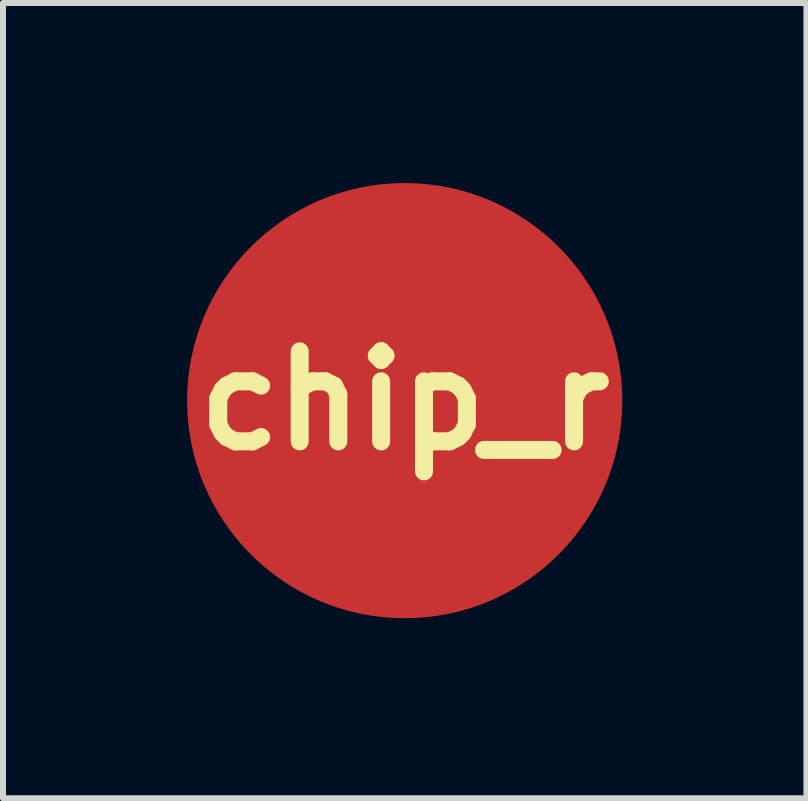
<source format=kicad_pcb>
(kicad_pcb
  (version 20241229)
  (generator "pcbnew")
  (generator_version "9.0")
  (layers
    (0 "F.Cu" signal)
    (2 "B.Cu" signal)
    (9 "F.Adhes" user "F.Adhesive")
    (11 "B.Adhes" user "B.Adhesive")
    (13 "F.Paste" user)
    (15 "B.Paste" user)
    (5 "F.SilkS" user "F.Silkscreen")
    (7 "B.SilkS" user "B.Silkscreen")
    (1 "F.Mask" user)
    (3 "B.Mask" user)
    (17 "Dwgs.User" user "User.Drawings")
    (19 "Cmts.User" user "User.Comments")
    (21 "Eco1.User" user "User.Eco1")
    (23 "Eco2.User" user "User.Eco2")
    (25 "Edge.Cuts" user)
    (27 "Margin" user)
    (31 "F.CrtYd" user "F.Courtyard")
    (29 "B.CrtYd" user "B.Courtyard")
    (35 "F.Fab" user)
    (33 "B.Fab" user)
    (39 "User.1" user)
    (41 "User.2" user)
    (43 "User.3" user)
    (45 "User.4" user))
  (footprint "chip_r"
    (layer "F.Cu")
    (at 3.693 3.625)
    (property "Reference" "chip_r" (at 0 0 0) (layer "F.SilkS") (effects (font (size 1.5 1.5) (thickness 0.3))))
    (attr board_only exclude_from_pos_files exclude_from_bom)
    (fp_poly (pts (xy 0.035 -3.499) (xy 0.076 -3.498) (xy 0.116 -3.497) (xy 0.155 -3.496) (xy 0.192 -3.494) (xy 0.227 -3.492) (xy 0.344 -3.483) (xy 0.46 -3.47) (xy 0.575 -3.452) (xy 0.69 -3.431) (xy 0.804 -3.407) (xy 0.917 -3.378) (xy 1.029 -3.346) (xy 1.14 -3.31) (xy 1.249 -3.27) (xy 1.357 -3.227) (xy 1.464 -3.18) (xy 1.569 -3.129) (xy 1.673 -3.075) (xy 1.709 -3.054) (xy 1.811 -2.995) (xy 1.911 -2.933) (xy 2.008 -2.867) (xy 2.103 -2.798) (xy 2.196 -2.725) (xy 2.287 -2.649) (xy 2.376 -2.57) (xy 2.387 -2.56) (xy 2.401 -2.546) (xy 2.416 -2.531) (xy 2.433 -2.515) (xy 2.451 -2.497) (xy 2.469 -2.479) (xy 2.487 -2.461) (xy 2.505 -2.444) (xy 2.521 -2.427) (xy 2.536 -2.411) (xy 2.55 -2.398) (xy 2.556 -2.391) (xy 2.635 -2.304) (xy 2.711 -2.214) (xy 2.783 -2.123) (xy 2.852 -2.029) (xy 2.918 -1.933) (xy 2.981 -1.835) (xy 3.04 -1.735) (xy 3.096 -1.634) (xy 3.148 -1.53) (xy 3.197 -1.426) (xy 3.243 -1.319) (xy 3.285 -1.211) (xy 3.323 -1.102) (xy 3.358 -0.992) (xy 3.388 -0.88) (xy 3.416 -0.767) (xy 3.439 -0.653) (xy 3.459 -0.539) (xy 3.475 -0.423) (xy 3.487 -0.307) (xy 3.491 -0.252) (xy 3.493 -0.227) (xy 3.494 -0.205) (xy 3.496 -0.184) (xy 3.497 -0.165) (xy 3.497 -0.145) (xy 3.498 -0.126) (xy 3.498 -0.105) (xy 3.499 -0.083) (xy 3.499 -0.059) (xy 3.499 -0.032) (xy 3.499 -0.002) (xy 3.499 0) (xy 3.499 0.031) (xy 3.499 0.059) (xy 3.499 0.084) (xy 3.498 0.106) (xy 3.498 0.128) (xy 3.497 0.148) (xy 3.496 0.168) (xy 3.495 0.188) (xy 3.494 0.209) (xy 3.493 0.232) (xy 3.491 0.253) (xy 3.481 0.37) (xy 3.467 0.486) (xy 3.449 0.602) (xy 3.427 0.717) (xy 3.401 0.83) (xy 3.372 0.943) (xy 3.339 1.055) (xy 3.302 1.165) (xy 3.261 1.274) (xy 3.224 1.366) (xy 3.176 1.474) (xy 3.124 1.58) (xy 3.07 1.683) (xy 3.012 1.785) (xy 2.95 1.884) (xy 2.886 1.981) (xy 2.818 2.076) (xy 2.748 2.169) (xy 2.674 2.259) (xy 2.598 2.346) (xy 2.518 2.431) (xy 2.436 2.514) (xy 2.351 2.593) (xy 2.263 2.67) (xy 2.173 2.744) (xy 2.08 2.815) (xy 1.985 2.883) (xy 1.887 2.948) (xy 1.787 3.01) (xy 1.723 3.047) (xy 1.623 3.102) (xy 1.52 3.154) (xy 1.416 3.202) (xy 1.31 3.247) (xy 1.203 3.288) (xy 1.094 3.326) (xy 0.985 3.36) (xy 0.875 3.39) (xy 0.864 3.393) (xy 0.78 3.413) (xy 0.698 3.431) (xy 0.616 3.446) (xy 0.534 3.46) (xy 0.451 3.471) (xy 0.366 3.481) (xy 0.279 3.489) (xy 0.19 3.495) (xy 0.171 3.496) (xy 0.162 3.497) (xy 0.15 3.497) (xy 0.135 3.498) (xy 0.117 3.498) (xy 0.098 3.498) (xy 0.077 3.498) (xy 0.055 3.499) (xy 0.032 3.499) (xy 0.01 3.499) (xy -0.012 3.499) (xy -0.032 3.499) (xy -0.051 3.499) (xy -0.069 3.499) (xy -0.083 3.499) (xy -0.095 3.499) (xy -0.102 3.499) (xy -0.183 3.495) (xy -0.26 3.49) (xy -0.335 3.484) (xy -0.408 3.477) (xy -0.48 3.468) (xy -0.551 3.457) (xy -0.623 3.445) (xy -0.691 3.432) (xy -0.805 3.407) (xy -0.918 3.378) (xy -1.03 3.346) (xy -1.141 3.31) (xy -1.25 3.27) (xy -1.358 3.227) (xy -1.464 3.18) (xy -1.569 3.129) (xy -1.672 3.075) (xy -1.773 3.018) (xy -1.872 2.957) (xy -1.97 2.893) (xy -2.065 2.826) (xy -2.158 2.756) (xy -2.249 2.682) (xy -2.338 2.605) (xy -2.391 2.556) (xy -2.403 2.544) (xy -2.418 2.53) (xy -2.434 2.515) (xy -2.451 2.498) (xy -2.469 2.48) (xy -2.487 2.462) (xy -2.505 2.444) (xy -2.522 2.426) (xy -2.538 2.41) (xy -2.552 2.395) (xy -2.564 2.382) (xy -2.57 2.376) (xy -2.649 2.287) (xy -2.725 2.196) (xy -2.798 2.103) (xy -2.867 2.008) (xy -2.933 1.91) (xy -2.995 1.811) (xy -3.054 1.711) (xy -3.109 1.608) (xy -3.161 1.504) (xy -3.209 1.398) (xy -3.254 1.29) (xy -3.295 1.181) (xy -3.333 1.07) (xy -3.367 0.958) (xy -3.397 0.845) (xy -3.423 0.73) (xy -3.432 0.687) (xy -3.45 0.59) (xy -3.465 0.494) (xy -3.477 0.399) (xy -3.487 0.304) (xy -3.493 0.207) (xy -3.497 0.109) (xy -3.499 0.009) (xy -3.499 0.002) (xy -3.499 -0.006) (xy -3.058 -0.006) (xy -3.057 0.072) (xy -3.055 0.149) (xy -3.051 0.21) (xy -3.041 0.321) (xy -3.028 0.43) (xy -3.011 0.538) (xy -2.99 0.645) (xy -2.965 0.751) (xy -2.937 0.857) (xy -2.904 0.961) (xy -2.867 1.065) (xy -2.863 1.076) (xy -2.833 1.154) (xy -2.799 1.233) (xy -2.763 1.312) (xy -2.725 1.389) (xy -2.685 1.465) (xy -2.644 1.538) (xy -2.641 1.543) (xy -2.583 1.637) (xy -2.523 1.729) (xy -2.459 1.819) (xy -2.392 1.906) (xy -2.321 1.991) (xy -2.261 2.059) (xy -2.25 2.072) (xy -2.236 2.087) (xy -2.22 2.103) (xy -2.203 2.121) (xy -2.184 2.139) (xy -2.166 2.158) (xy -2.147 2.177) (xy -2.13 2.194) (xy -2.113 2.211) (xy -2.097 2.226) (xy -2.084 2.238) (xy -2.082 2.24) (xy -2 2.313) (xy -1.916 2.384) (xy -1.83 2.451) (xy -1.741 2.515) (xy -1.651 2.575) (xy -1.558 2.632) (xy -1.464 2.686) (xy -1.368 2.736) (xy -1.27 2.783) (xy -1.17 2.827) (xy -1.069 2.866) (xy -0.967 2.903) (xy -0.863 2.935) (xy -0.758 2.964) (xy -0.652 2.989) (xy -0.544 3.01) (xy -0.436 3.028) (xy -0.435 3.028) (xy -0.364 3.037) (xy -0.289 3.045) (xy -0.213 3.051) (xy -0.136 3.056) (xy -0.123 3.057) (xy -0.115 3.057) (xy -0.104 3.057) (xy -0.09 3.057) (xy -0.074 3.057) (xy -0.055 3.057) (xy -0.035 3.057) (xy -0.013 3.057) (xy 0.01 3.057) (xy 0.032 3.057) (xy 0.055 3.057) (xy 0.077 3.056) (xy 0.098 3.056) (xy 0.118 3.056) (xy 0.136 3.055) (xy 0.152 3.055) (xy 0.164 3.055) (xy 0.174 3.054) (xy 0.178 3.054) (xy 0.191 3.053) (xy 0.205 3.052) (xy 0.222 3.051) (xy 0.239 3.05) (xy 0.255 3.048) (xy 0.259 3.048) (xy 0.368 3.037) (xy 0.476 3.022) (xy 0.583 3.004) (xy 0.689 2.981) (xy 0.794 2.955) (xy 0.897 2.925) (xy 1 2.892) (xy 1.101 2.855) (xy 1.2 2.814) (xy 1.299 2.77) (xy 1.395 2.723) (xy 1.49 2.672) (xy 1.583 2.618) (xy 1.674 2.561) (xy 1.763 2.5) (xy 1.85 2.436) (xy 1.935 2.369) (xy 2.018 2.299) (xy 2.098 2.226) (xy 2.176 2.15) (xy 2.252 2.07) (xy 2.325 1.988) (xy 2.388 1.912) (xy 2.455 1.825) (xy 2.518 1.737) (xy 2.579 1.646) (xy 2.636 1.553) (xy 2.689 1.459) (xy 2.739 1.362) (xy 2.786 1.264) (xy 2.829 1.165) (xy 2.869 1.064) (xy 2.905 0.961) (xy 2.937 0.858) (xy 2.966 0.753) (xy 2.99 0.647) (xy 3.011 0.54) (xy 3.018 0.499) (xy 3.026 0.449) (xy 3.033 0.399) (xy 3.039 0.349) (xy 3.044 0.299) (xy 3.049 0.246) (xy 3.053 0.19) (xy 3.054 0.174) (xy 3.055 0.16) (xy 3.056 0.143) (xy 3.056 0.123) (xy 3.057 0.1) (xy 3.057 0.075) (xy 3.057 0.049) (xy 3.057 0.022) (xy 3.057 -0.005) (xy 3.057 -0.033) (xy 3.057 -0.06) (xy 3.056 -0.087) (xy 3.056 -0.112) (xy 3.056 -0.135) (xy 3.055 -0.155) (xy 3.054 -0.173) (xy 3.054 -0.187) (xy 3.053 -0.188) (xy 3.049 -0.242) (xy 3.045 -0.293) (xy 3.04 -0.342) (xy 3.034 -0.39) (xy 3.028 -0.435) (xy 3.011 -0.544) (xy 2.989 -0.651) (xy 2.964 -0.757) (xy 2.935 -0.862) (xy 2.903 -0.966) (xy 2.867 -1.068) (xy 2.827 -1.17) (xy 2.784 -1.269) (xy 2.737 -1.367) (xy 2.687 -1.463) (xy 2.633 -1.558) (xy 2.576 -1.65) (xy 2.515 -1.741) (xy 2.451 -1.829) (xy 2.384 -1.916) (xy 2.314 -2) (xy 2.24 -2.082) (xy 2.24 -2.082) (xy 2.228 -2.095) (xy 2.213 -2.11) (xy 2.197 -2.127) (xy 2.179 -2.145) (xy 2.161 -2.163) (xy 2.142 -2.182) (xy 2.123 -2.2) (xy 2.105 -2.218) (xy 2.089 -2.234) (xy 2.074 -2.248) (xy 2.061 -2.26) (xy 2.059 -2.261) (xy 1.976 -2.334) (xy 1.89 -2.404) (xy 1.802 -2.471) (xy 1.712 -2.534) (xy 1.62 -2.594) (xy 1.526 -2.651) (xy 1.43 -2.704) (xy 1.331 -2.754) (xy 1.231 -2.8) (xy 1.159 -2.831) (xy 1.061 -2.869) (xy 0.961 -2.904) (xy 0.859 -2.936) (xy 0.756 -2.964) (xy 0.651 -2.988) (xy 0.546 -3.009) (xy 0.441 -3.027) (xy 0.335 -3.04) (xy 0.286 -3.045) (xy 0.192 -3.052) (xy 0.097 -3.056) (xy 0.001 -3.058) (xy -0.095 -3.056) (xy -0.19 -3.052) (xy -0.237 -3.049) (xy -0.346 -3.039) (xy -0.455 -3.024) (xy -0.563 -3.006) (xy -0.671 -2.984) (xy -0.778 -2.958) (xy -0.883 -2.928) (xy -0.955 -2.906) (xy -1.058 -2.87) (xy -1.16 -2.83) (xy -1.26 -2.787) (xy -1.359 -2.74) (xy -1.455 -2.69) (xy -1.55 -2.636) (xy -1.644 -2.579) (xy -1.735 -2.518) (xy -1.824 -2.455) (xy -1.911 -2.387) (xy -1.956 -2.35) (xy -2.04 -2.278) (xy -2.12 -2.203) (xy -2.198 -2.126) (xy -2.272 -2.046) (xy -2.344 -1.964) (xy -2.412 -1.88) (xy -2.477 -1.793) (xy -2.539 -1.705) (xy -2.598 -1.614) (xy -2.653 -1.522) (xy -2.705 -1.427) (xy -2.754 -1.331) (xy -2.799 -1.233) (xy -2.841 -1.134) (xy -2.879 -1.033) (xy -2.914 -0.931) (xy -2.945 -0.828) (xy -2.972 -0.723) (xy -2.996 -0.617) (xy -3.016 -0.51) (xy -3.032 -0.402) (xy -3.044 -0.293) (xy -3.049 -0.237) (xy -3.054 -0.162) (xy -3.057 -0.084) (xy -3.058 -0.006) (xy -3.499 -0.006) (xy -3.499 -0.034) (xy -3.498 -0.067) (xy -3.498 -0.098) (xy -3.497 -0.127) (xy -3.496 -0.156) (xy -3.495 -0.184) (xy -3.493 -0.214) (xy -3.491 -0.246) (xy -3.49 -0.254) (xy -3.48 -0.371) (xy -3.465 -0.488) (xy -3.447 -0.604) (xy -3.425 -0.718) (xy -3.4 -0.832) (xy -3.37 -0.945) (xy -3.337 -1.056) (xy -3.3 -1.166) (xy -3.26 -1.275) (xy -3.216 -1.382) (xy -3.168 -1.488) (xy -3.117 -1.592) (xy -3.062 -1.695) (xy -3.004 -1.796) (xy -2.942 -1.895) (xy -2.877 -1.992) (xy -2.808 -2.088) (xy -2.737 -2.181) (xy -2.661 -2.272) (xy -2.633 -2.305) (xy -2.588 -2.356) (xy -2.54 -2.407) (xy -2.49 -2.458) (xy -2.439 -2.509) (xy -2.387 -2.558) (xy -2.336 -2.605) (xy -2.305 -2.633) (xy -2.215 -2.709) (xy -2.122 -2.782) (xy -2.028 -2.852) (xy -1.931 -2.919) (xy -1.832 -2.982) (xy -1.732 -3.041) (xy -1.629 -3.098) (xy -1.525 -3.15) (xy -1.42 -3.199) (xy -1.312 -3.245) (xy -1.203 -3.287) (xy -1.093 -3.325) (xy -0.981 -3.36) (xy -0.868 -3.391) (xy -0.753 -3.418) (xy -0.745 -3.42) (xy -0.644 -3.44) (xy -0.542 -3.458) (xy -0.44 -3.472) (xy -0.335 -3.483) (xy -0.229 -3.492) (xy -0.149 -3.496) (xy -0.117 -3.498) (xy -0.082 -3.498) (xy -0.044 -3.499) (xy -0.005 -3.499)) (stroke (width 0) (type solid)) (fill yes) (layer "F.Mask"))
    (fp_poly (pts (xy -0.072 -2.004) (xy -0.055 -2.003) (xy -0.041 -2.001) (xy -0.028 -1.997) (xy -0.014 -1.992) (xy -0.01 -1.99) (xy 0.005 -1.982) (xy 0.019 -1.973) (xy 0.031 -1.963) (xy 0.041 -1.952) (xy 0.051 -1.938) (xy 0.061 -1.922) (xy 0.07 -1.903) (xy 0.079 -1.881) (xy 0.08 -1.878) (xy 0.097 -1.835) (xy 0.14 -1.831) (xy 0.232 -1.82) (xy 0.322 -1.805) (xy 0.412 -1.786) (xy 0.501 -1.763) (xy 0.588 -1.736) (xy 0.675 -1.706) (xy 0.76 -1.672) (xy 0.843 -1.635) (xy 0.925 -1.593) (xy 1.006 -1.548) (xy 1.026 -1.536) (xy 1.042 -1.527) (xy 1.059 -1.516) (xy 1.079 -1.503) (xy 1.099 -1.49) (xy 1.12 -1.476) (xy 1.14 -1.463) (xy 1.158 -1.45) (xy 1.175 -1.438) (xy 1.184 -1.432) (xy 1.258 -1.376) (xy 1.329 -1.316) (xy 1.397 -1.254) (xy 1.462 -1.19) (xy 1.525 -1.123) (xy 1.584 -1.053) (xy 1.641 -0.981) (xy 1.694 -0.906) (xy 1.707 -0.887) (xy 1.724 -0.862) (xy 1.741 -0.835) (xy 1.758 -0.807) (xy 1.774 -0.781) (xy 1.789 -0.755) (xy 1.802 -0.732) (xy 1.803 -0.73) (xy 1.808 -0.72) (xy 1.812 -0.713) (xy 1.815 -0.709) (xy 1.817 -0.706) (xy 1.819 -0.706) (xy 1.821 -0.706) (xy 1.821 -0.706) (xy 1.824 -0.707) (xy 1.83 -0.71) (xy 1.838 -0.713) (xy 1.85 -0.718) (xy 1.863 -0.724) (xy 1.879 -0.731) (xy 1.895 -0.738) (xy 1.913 -0.746) (xy 1.918 -0.748) (xy 1.936 -0.756) (xy 1.953 -0.764) (xy 1.97 -0.771) (xy 1.984 -0.777) (xy 1.997 -0.783) (xy 2.007 -0.787) (xy 2.015 -0.79) (xy 2.019 -0.792) (xy 2.02 -0.792) (xy 2.043 -0.797) (xy 2.067 -0.799) (xy 2.091 -0.797) (xy 2.114 -0.791) (xy 2.136 -0.782) (xy 2.157 -0.77) (xy 2.175 -0.755) (xy 2.193 -0.736) (xy 2.207 -0.715) (xy 2.217 -0.692) (xy 2.222 -0.675) (xy 2.225 -0.662) (xy 2.226 -0.646) (xy 2.225 -0.63) (xy 2.224 -0.614) (xy 2.221 -0.601) (xy 2.22 -0.597) (xy 2.217 -0.59) (xy 2.213 -0.579) (xy 2.207 -0.566) (xy 2.2 -0.549) (xy 2.192 -0.531) (xy 2.183 -0.509) (xy 2.173 -0.486) (xy 2.162 -0.461) (xy 2.151 -0.434) (xy 2.138 -0.406) (xy 2.125 -0.376) (xy 2.12 -0.364) (xy 2.022 -0.142) (xy 2.024 -0.13) (xy 2.025 -0.124) (xy 2.027 -0.115) (xy 2.029 -0.104) (xy 2.031 -0.092) (xy 2.033 -0.08) (xy 2.048 0.007) (xy 2.058 0.095) (xy 2.065 0.184) (xy 2.068 0.273) (xy 2.067 0.363) (xy 2.063 0.453) (xy 2.055 0.543) (xy 2.043 0.632) (xy 2.028 0.72) (xy 2.009 0.807) (xy 2.005 0.823) (xy 1.981 0.912) (xy 1.953 1) (xy 1.921 1.086) (xy 1.886 1.17) (xy 1.848 1.253) (xy 1.805 1.334) (xy 1.76 1.414) (xy 1.71 1.492) (xy 1.657 1.568) (xy 1.601 1.642) (xy 1.541 1.714) (xy 1.521 1.736) (xy 1.512 1.747) (xy 1.5 1.76) (xy 1.486 1.774) (xy 1.47 1.79) (xy 1.453 1.807) (xy 1.436 1.825) (xy 1.418 1.842) (xy 1.401 1.859) (xy 1.384 1.875) (xy 1.369 1.89) (xy 1.355 1.902) (xy 1.344 1.913) (xy 1.341 1.916) (xy 1.299 1.951) (xy 1.257 1.985) (xy 1.214 2.019) (xy 1.172 2.05) (xy 1.13 2.079) (xy 1.112 2.091) (xy 1.095 2.103) (xy 1.084 2.131) (xy 1.082 2.137) (xy 1.078 2.146) (xy 1.073 2.159) (xy 1.067 2.174) (xy 1.06 2.192) (xy 1.053 2.211) (xy 1.044 2.233) (xy 1.035 2.256) (xy 1.026 2.279) (xy 1.017 2.304) (xy 1.01 2.322) (xy 1 2.346) (xy 0.991 2.37) (xy 0.982 2.392) (xy 0.974 2.414) (xy 0.966 2.433) (xy 0.959 2.45) (xy 0.953 2.465) (xy 0.948 2.478) (xy 0.944 2.487) (xy 0.941 2.493) (xy 0.94 2.496) (xy 0.925 2.517) (xy 0.908 2.535) (xy 0.888 2.549) (xy 0.874 2.557) (xy 0.851 2.566) (xy 0.827 2.572) (xy 0.804 2.574) (xy 0.78 2.572) (xy 0.757 2.567) (xy 0.736 2.559) (xy 0.715 2.548) (xy 0.697 2.534) (xy 0.68 2.518) (xy 0.666 2.498) (xy 0.666 2.498) (xy 0.663 2.491) (xy 0.658 2.481) (xy 0.652 2.468) (xy 0.646 2.452) (xy 0.638 2.434) (xy 0.631 2.414) (xy 0.63 2.413) (xy 0.624 2.398) (xy 0.619 2.383) (xy 0.614 2.371) (xy 0.61 2.36) (xy 0.606 2.351) (xy 0.604 2.346) (xy 0.603 2.343) (xy 0.603 2.343) (xy 0.601 2.343) (xy 0.595 2.345) (xy 0.587 2.347) (xy 0.578 2.349) (xy 0.57 2.352) (xy 0.499 2.373) (xy 0.429 2.391) (xy 0.358 2.407) (xy 0.286 2.42) (xy 0.212 2.432) (xy 0.136 2.441) (xy 0.06 2.447) (xy 0.046 2.448) (xy 0.029 2.449) (xy 0.009 2.449) (xy -0.013 2.45) (xy -0.036 2.45) (xy -0.06 2.451) (xy -0.084 2.451) (xy -0.108 2.451) (xy -0.13 2.451) (xy -0.15 2.45) (xy -0.167 2.45) (xy -0.174 2.449) (xy -0.266 2.443) (xy -0.357 2.433) (xy -0.446 2.42) (xy -0.534 2.403) (xy -0.621 2.383) (xy -0.706 2.359) (xy -0.721 2.354) (xy -0.732 2.35) (xy -0.741 2.348) (xy -0.748 2.345) (xy -0.753 2.344) (xy -0.754 2.344) (xy -0.755 2.346) (xy -0.757 2.351) (xy -0.76 2.36) (xy -0.765 2.37) (xy -0.77 2.383) (xy -0.775 2.398) (xy -0.781 2.413) (xy -0.783 2.418) (xy -0.79 2.435) (xy -0.796 2.451) (xy -0.802 2.466) (xy -0.807 2.479) (xy -0.812 2.49) (xy -0.815 2.499) (xy -0.818 2.504) (xy -0.818 2.505) (xy -0.831 2.525) (xy -0.846 2.544) (xy -0.865 2.56) (xy -0.886 2.573) (xy -0.909 2.583) (xy -0.913 2.584) (xy -0.923 2.586) (xy -0.936 2.588) (xy -0.95 2.589) (xy -0.965 2.59) (xy -0.978 2.589) (xy -0.99 2.588) (xy -0.995 2.587) (xy -1.019 2.58) (xy -1.041 2.569) (xy -1.061 2.555) (xy -1.078 2.539) (xy -1.093 2.52) (xy -1.101 2.506) (xy -1.103 2.502) (xy -1.105 2.495) (xy -1.11 2.485) (xy -1.115 2.472) (xy -1.121 2.457) (xy -1.128 2.439) (xy -1.136 2.418) (xy -1.145 2.396) (xy -1.154 2.373) (xy -1.164 2.348) (xy -1.174 2.322) (xy -1.183 2.298) (xy -1.194 2.271) (xy -1.203 2.246) (xy -1.213 2.221) (xy -1.222 2.198) (xy -1.23 2.177) (xy -1.238 2.158) (xy -1.244 2.141) (xy -1.25 2.127) (xy -1.254 2.115) (xy -1.258 2.107) (xy -1.26 2.101) (xy -1.261 2.099) (xy -1.263 2.097) (xy -1.268 2.093) (xy -1.275 2.088) (xy -1.283 2.082) (xy -1.289 2.078) (xy -1.363 2.025) (xy -1.435 1.969) (xy -1.505 1.909) (xy -1.573 1.846) (xy -1.637 1.781) (xy -1.699 1.713) (xy -1.758 1.642) (xy -1.773 1.623) (xy -1.828 1.55) (xy -1.88 1.474) (xy -1.928 1.396) (xy -1.973 1.316) (xy -2.015 1.233) (xy -2.053 1.149) (xy -2.071 1.105) (xy -2.104 1.02) (xy -2.132 0.933) (xy -2.157 0.846) (xy -2.178 0.757) (xy -2.195 0.666) (xy -2.209 0.575) (xy -2.218 0.486) (xy -2.222 0.428) (xy -2.224 0.368) (xy -2.225 0.306) (xy -2.224 0.244) (xy -2.222 0.182) (xy -2.218 0.121) (xy -2.213 0.072) (xy -2.201 -0.019) (xy -2.186 -0.109) (xy -2.166 -0.198) (xy -2.143 -0.286) (xy -2.116 -0.374) (xy -2.086 -0.459) (xy -2.072 -0.494) (xy -1.403 -0.494) (xy -1.401 -0.481) (xy -1.397 -0.468) (xy -1.389 -0.456) (xy -1.378 -0.447) (xy -1.366 -0.441) (xy -1.353 -0.438) (xy -1.349 -0.438) (xy -1.347 -0.438) (xy -1.345 -0.438) (xy -1.343 -0.438) (xy -1.34 -0.439) (xy -1.337 -0.439) (xy -1.334 -0.441) (xy -1.329 -0.442) (xy -1.323 -0.445) (xy -1.316 -0.447) (xy -1.308 -0.451) (xy -1.298 -0.455) (xy -1.286 -0.46) (xy -1.272 -0.466) (xy -1.256 -0.473) (xy -1.237 -0.481) (xy -1.216 -0.49) (xy -1.193 -0.501) (xy -1.166 -0.512) (xy -1.137 -0.525) (xy -1.104 -0.54) (xy -1.068 -0.556) (xy -1.052 -0.563) (xy -1.02 -0.577) (xy -0.989 -0.59) (xy -0.959 -0.604) (xy -0.93 -0.616) (xy -0.903 -0.628) (xy -0.877 -0.639) (xy -0.854 -0.65) (xy -0.832 -0.659) (xy -0.813 -0.667) (xy -0.796 -0.675) (xy -0.782 -0.681) (xy -0.771 -0.685) (xy -0.763 -0.689) (xy -0.759 -0.691) (xy -0.758 -0.691) (xy -0.747 -0.693) (xy -0.734 -0.694) (xy -0.72 -0.694) (xy -0.708 -0.692) (xy -0.704 -0.691) (xy -0.685 -0.684) (xy -0.669 -0.673) (xy -0.654 -0.66) (xy -0.642 -0.644) (xy -0.633 -0.627) (xy -0.63 -0.616) (xy -0.628 -0.604) (xy -0.627 -0.59) (xy -0.627 -0.577) (xy -0.629 -0.567) (xy -0.63 -0.564) (xy -0.632 -0.558) (xy -0.636 -0.549) (xy -0.642 -0.536) (xy -0.648 -0.521) (xy -0.656 -0.503) (xy -0.665 -0.483) (xy -0.674 -0.46) (xy -0.685 -0.436) (xy -0.697 -0.409) (xy -0.709 -0.382) (xy -0.722 -0.352) (xy -0.735 -0.322) (xy -0.749 -0.29) (xy -0.755 -0.277) (xy -0.769 -0.245) (xy -0.783 -0.214) (xy -0.796 -0.184) (xy -0.808 -0.155) (xy -0.82 -0.128) (xy -0.831 -0.103) (xy -0.842 -0.08) (xy -0.851 -0.058) (xy -0.859 -0.039) (xy -0.866 -0.023) (xy -0.872 -0.009) (xy -0.877 0.002) (xy -0.88 0.01) (xy -0.882 0.014) (xy -0.882 0.015) (xy -0.884 0.028) (xy -0.882 0.041) (xy -0.877 0.053) (xy -0.869 0.064) (xy -0.859 0.072) (xy -0.847 0.078) (xy -0.834 0.081) (xy -0.829 0.081) (xy -0.816 0.08) (xy -0.807 0.077) (xy -0.795 0.07) (xy -0.786 0.06) (xy -0.781 0.053) (xy -0.779 0.049) (xy -0.776 0.043) (xy -0.772 0.033) (xy -0.766 0.02) (xy -0.76 0.005) (xy -0.752 -0.013) (xy -0.743 -0.032) (xy -0.733 -0.054) (xy -0.723 -0.077) (xy -0.712 -0.102) (xy -0.701 -0.128) (xy -0.689 -0.155) (xy -0.677 -0.183) (xy -0.664 -0.211) (xy -0.652 -0.239) (xy -0.639 -0.267) (xy -0.627 -0.295) (xy -0.615 -0.323) (xy -0.603 -0.349) (xy -0.599 -0.36) (xy 0.078 -0.36) (xy 0.079 -0.348) (xy 0.079 -0.339) (xy 0.08 -0.331) (xy 0.082 -0.323) (xy 0.083 -0.321) (xy 0.092 -0.298) (xy 0.104 -0.278) (xy 0.119 -0.259) (xy 0.136 -0.244) (xy 0.155 -0.231) (xy 0.163 -0.227) (xy 0.183 -0.22) (xy 0.204 -0.216) (xy 0.226 -0.214) (xy 0.248 -0.216) (xy 0.261 -0.218) (xy 0.27 -0.221) (xy 0.281 -0.225) (xy 0.291 -0.229) (xy 0.294 -0.23) (xy 0.302 -0.235) (xy 0.309 -0.239) (xy 0.315 -0.244) (xy 0.323 -0.252) (xy 0.329 -0.258) (xy 0.338 -0.267) (xy 0.343 -0.272) (xy 0.524 -0.272) (xy 0.524 -0.258) (xy 0.524 -0.256) (xy 0.528 -0.229) (xy 0.536 -0.204) (xy 0.547 -0.181) (xy 0.562 -0.159) (xy 0.58 -0.139) (xy 0.6 -0.123) (xy 0.621 -0.109) (xy 0.644 -0.099) (xy 0.67 -0.093) (xy 0.675 -0.092) (xy 0.687 -0.09) (xy 0.697 -0.09) (xy 0.707 -0.09) (xy 0.718 -0.091) (xy 0.724 -0.091) (xy 0.75 -0.096) (xy 0.774 -0.105) (xy 0.796 -0.117) (xy 0.817 -0.132) (xy 0.835 -0.149) (xy 0.85 -0.169) (xy 0.863 -0.191) (xy 0.873 -0.215) (xy 0.879 -0.241) (xy 0.88 -0.253) (xy 0.88 -0.266) (xy 0.879 -0.278) (xy 0.877 -0.287) (xy 0.876 -0.292) (xy 0.868 -0.304) (xy 0.857 -0.313) (xy 0.846 -0.319) (xy 0.833 -0.322) (xy 0.82 -0.323) (xy 0.807 -0.319) (xy 0.795 -0.313) (xy 0.79 -0.309) (xy 0.782 -0.3) (xy 0.777 -0.291) (xy 0.773 -0.281) (xy 0.771 -0.269) (xy 0.769 -0.255) (xy 0.766 -0.243) (xy 0.761 -0.234) (xy 0.755 -0.225) (xy 0.754 -0.223) (xy 0.743 -0.213) (xy 0.731 -0.206) (xy 0.719 -0.202) (xy 0.706 -0.201) (xy 0.696 -0.2) (xy 0.689 -0.201) (xy 0.682 -0.203) (xy 0.678 -0.204) (xy 0.664 -0.212) (xy 0.652 -0.222) (xy 0.643 -0.235) (xy 0.636 -0.251) (xy 0.633 -0.268) (xy 0.632 -0.276) (xy 0.631 -0.284) (xy 0.629 -0.289) (xy 0.629 -0.29) (xy 0.623 -0.3) (xy 0.614 -0.309) (xy 0.605 -0.316) (xy 0.591 -0.321) (xy 0.577 -0.323) (xy 0.564 -0.321) (xy 0.551 -0.315) (xy 0.54 -0.306) (xy 0.538 -0.305) (xy 0.531 -0.295) (xy 0.526 -0.284) (xy 0.524 -0.272) (xy 0.343 -0.272) (xy 0.345 -0.274) (xy 0.35 -0.281) (xy 0.354 -0.288) (xy 0.357 -0.294) (xy 0.363 -0.307) (xy 0.367 -0.319) (xy 0.37 -0.331) (xy 0.371 -0.344) (xy 0.372 -0.359) (xy 0.372 -0.361) (xy 1.032 -0.361) (xy 1.033 -0.345) (xy 1.035 -0.331) (xy 1.038 -0.318) (xy 1.043 -0.304) (xy 1.048 -0.294) (xy 1.06 -0.274) (xy 1.075 -0.257) (xy 1.093 -0.242) (xy 1.113 -0.229) (xy 1.135 -0.22) (xy 1.143 -0.218) (xy 1.156 -0.216) (xy 1.171 -0.214) (xy 1.187 -0.214) (xy 1.202 -0.216) (xy 1.212 -0.217) (xy 1.221 -0.22) (xy 1.231 -0.223) (xy 1.241 -0.227) (xy 1.245 -0.229) (xy 1.254 -0.234) (xy 1.261 -0.238) (xy 1.268 -0.243) (xy 1.275 -0.25) (xy 1.282 -0.257) (xy 1.294 -0.27) (xy 1.304 -0.282) (xy 1.311 -0.295) (xy 1.318 -0.311) (xy 1.32 -0.316) (xy 1.322 -0.323) (xy 1.324 -0.329) (xy 1.325 -0.335) (xy 1.325 -0.343) (xy 1.326 -0.352) (xy 1.326 -0.36) (xy 1.326 -0.372) (xy 1.325 -0.381) (xy 1.325 -0.388) (xy 1.323 -0.395) (xy 1.321 -0.402) (xy 1.321 -0.403) (xy 1.312 -0.426) (xy 1.3 -0.447) (xy 1.284 -0.465) (xy 1.267 -0.48) (xy 1.246 -0.493) (xy 1.223 -0.502) (xy 1.217 -0.504) (xy 1.2 -0.507) (xy 1.182 -0.508) (xy 1.163 -0.508) (xy 1.145 -0.505) (xy 1.142 -0.504) (xy 1.122 -0.497) (xy 1.104 -0.488) (xy 1.087 -0.476) (xy 1.076 -0.465) (xy 1.067 -0.457) (xy 1.061 -0.449) (xy 1.056 -0.443) (xy 1.052 -0.435) (xy 1.048 -0.428) (xy 1.042 -0.414) (xy 1.037 -0.401) (xy 1.034 -0.388) (xy 1.033 -0.374) (xy 1.032 -0.361) (xy 0.372 -0.361) (xy 0.372 -0.362) (xy 0.372 -0.374) (xy 0.371 -0.383) (xy 0.37 -0.39) (xy 0.369 -0.397) (xy 0.367 -0.403) (xy 0.358 -0.426) (xy 0.346 -0.446) (xy 0.33 -0.465) (xy 0.312 -0.48) (xy 0.292 -0.493) (xy 0.269 -0.502) (xy 0.263 -0.504) (xy 0.246 -0.507) (xy 0.228 -0.508) (xy 0.209 -0.508) (xy 0.192 -0.505) (xy 0.188 -0.504) (xy 0.166 -0.496) (xy 0.145 -0.485) (xy 0.127 -0.471) (xy 0.111 -0.454) (xy 0.097 -0.434) (xy 0.089 -0.417) (xy 0.084 -0.405) (xy 0.081 -0.393) (xy 0.079 -0.381) (xy 0.078 -0.367) (xy 0.078 -0.36) (xy -0.599 -0.36) (xy -0.592 -0.375) (xy -0.581 -0.399) (xy -0.571 -0.422) (xy -0.562 -0.444) (xy -0.554 -0.463) (xy -0.546 -0.48) (xy -0.54 -0.494) (xy -0.535 -0.506) (xy -0.531 -0.515) (xy -0.529 -0.521) (xy -0.528 -0.523) (xy -0.521 -0.549) (xy -0.518 -0.576) (xy -0.518 -0.603) (xy -0.521 -0.63) (xy -0.525 -0.648) (xy -0.534 -0.674) (xy -0.547 -0.699) (xy -0.563 -0.722) (xy -0.582 -0.743) (xy -0.603 -0.761) (xy -0.626 -0.776) (xy -0.644 -0.785) (xy -0.67 -0.795) (xy -0.697 -0.801) (xy -0.725 -0.804) (xy -0.753 -0.803) (xy -0.78 -0.799) (xy -0.801 -0.792) (xy -0.804 -0.791) (xy -0.81 -0.788) (xy -0.82 -0.784) (xy -0.833 -0.778) (xy -0.849 -0.772) (xy -0.867 -0.764) (xy -0.887 -0.755) (xy -0.91 -0.745) (xy -0.935 -0.734) (xy -0.962 -0.722) (xy -0.99 -0.71) (xy -1.019 -0.697) (xy -1.05 -0.683) (xy -1.082 -0.669) (xy -1.096 -0.663) (xy -1.134 -0.646) (xy -1.169 -0.631) (xy -1.2 -0.617) (xy -1.228 -0.605) (xy -1.254 -0.593) (xy -1.276 -0.583) (xy -1.296 -0.574) (xy -1.313 -0.567) (xy -1.328 -0.56) (xy -1.341 -0.554) (xy -1.352 -0.549) (xy -1.361 -0.545) (xy -1.369 -0.541) (xy -1.375 -0.538) (xy -1.379 -0.536) (xy -1.383 -0.534) (xy -1.385 -0.532) (xy -1.386 -0.531) (xy -1.387 -0.531) (xy -1.395 -0.52) (xy -1.401 -0.507) (xy -1.403 -0.494) (xy -2.072 -0.494) (xy -2.051 -0.544) (xy -2.014 -0.626) (xy -1.972 -0.708) (xy -1.927 -0.787) (xy -1.879 -0.865) (xy -1.827 -0.941) (xy -1.772 -1.015) (xy -1.753 -1.04) (xy -1.737 -1.059) (xy -1.722 -1.077) (xy -1.707 -1.095) (xy -1.692 -1.112) (xy -1.676 -1.13) (xy -1.659 -1.148) (xy -1.64 -1.169) (xy -1.623 -1.187) (xy -1.589 -1.223) (xy -1.601 -1.256) (xy -1.605 -1.269) (xy -1.609 -1.281) (xy -1.612 -1.292) (xy -1.615 -1.301) (xy -1.616 -1.306) (xy -1.619 -1.322) (xy -1.62 -1.341) (xy -1.62 -1.359) (xy -1.617 -1.376) (xy -1.616 -1.381) (xy -1.608 -1.405) (xy -1.597 -1.426) (xy -1.583 -1.446) (xy -1.566 -1.463) (xy -1.546 -1.477) (xy -1.525 -1.489) (xy -1.502 -1.497) (xy -1.488 -1.5) (xy -1.473 -1.502) (xy -1.458 -1.503) (xy -1.443 -1.502) (xy -1.429 -1.5) (xy -1.414 -1.495) (xy -1.397 -1.488) (xy -1.379 -1.48) (xy -1.358 -1.468) (xy -1.358 -1.468) (xy -1.32 -1.448) (xy -1.311 -1.454) (xy -1.305 -1.457) (xy -1.302 -1.46) (xy -1.301 -1.461) (xy -1.301 -1.463) (xy -1.302 -1.468) (xy -1.303 -1.477) (xy -1.305 -1.487) (xy -1.307 -1.499) (xy -1.307 -1.501) (xy -1.31 -1.524) (xy -1.312 -1.545) (xy -1.313 -1.563) (xy -1.312 -1.579) (xy -1.31 -1.594) (xy -1.306 -1.608) (xy -1.301 -1.622) (xy -1.297 -1.63) (xy -1.285 -1.649) (xy -1.269 -1.668) (xy -1.251 -1.684) (xy -1.232 -1.697) (xy -1.21 -1.707) (xy -1.195 -1.712) (xy -1.181 -1.715) (xy -1.166 -1.717) (xy -1.149 -1.717) (xy -1.134 -1.716) (xy -1.122 -1.715) (xy -1.111 -1.712) (xy -1.101 -1.709) (xy -1.091 -1.705) (xy -1.081 -1.7) (xy -1.07 -1.693) (xy -1.057 -1.684) (xy -1.043 -1.674) (xy -1.027 -1.661) (xy -1.026 -1.66) (xy -0.997 -1.637) (xy -0.986 -1.642) (xy -0.976 -1.647) (xy -0.976 -1.662) (xy -0.975 -1.676) (xy -0.975 -1.691) (xy -0.974 -1.706) (xy -0.973 -1.721) (xy -0.972 -1.734) (xy -0.971 -1.745) (xy -0.97 -1.754) (xy -0.969 -1.758) (xy -0.965 -1.77) (xy -0.959 -1.784) (xy -0.952 -1.798) (xy -0.944 -1.81) (xy -0.938 -1.818) (xy -0.923 -1.833) (xy -0.906 -1.847) (xy -0.886 -1.858) (xy -0.865 -1.867) (xy -0.855 -1.871) (xy -0.848 -1.872) (xy -0.84 -1.874) (xy -0.832 -1.875) (xy -0.821 -1.875) (xy -0.813 -1.875) (xy -0.797 -1.875) (xy -0.784 -1.873) (xy -0.772 -1.871) (xy -0.76 -1.867) (xy -0.748 -1.862) (xy -0.739 -1.858) (xy -0.73 -1.853) (xy -0.722 -1.847) (xy -0.714 -1.84) (xy -0.704 -1.831) (xy -0.694 -1.821) (xy -0.682 -1.808) (xy -0.672 -1.796) (xy -0.664 -1.787) (xy -0.657 -1.779) (xy -0.651 -1.773) (xy -0.647 -1.769) (xy -0.645 -1.767) (xy -0.645 -1.767) (xy -0.642 -1.767) (xy -0.637 -1.769) (xy -0.633 -1.77) (xy -0.623 -1.773) (xy -0.615 -1.815) (xy -0.612 -1.829) (xy -0.609 -1.842) (xy -0.606 -1.854) (xy -0.603 -1.864) (xy -0.601 -1.872) (xy -0.601 -1.873) (xy -0.59 -1.894) (xy -0.577 -1.914) (xy -0.561 -1.93) (xy -0.544 -1.944) (xy -0.524 -1.956) (xy -0.503 -1.964) (xy -0.481 -1.97) (xy -0.458 -1.972) (xy -0.436 -1.972) (xy -0.413 -1.968) (xy -0.39 -1.96) (xy -0.369 -1.95) (xy -0.358 -1.942) (xy -0.35 -1.937) (xy -0.343 -1.931) (xy -0.337 -1.924) (xy -0.33 -1.916) (xy -0.323 -1.907) (xy -0.315 -1.895) (xy -0.307 -1.881) (xy -0.296 -1.865) (xy -0.295 -1.862) (xy -0.287 -1.85) (xy -0.282 -1.841) (xy -0.278 -1.836) (xy -0.275 -1.833) (xy -0.274 -1.833) (xy -0.27 -1.834) (xy -0.265 -1.834) (xy -0.263 -1.834) (xy -0.255 -1.834) (xy -0.239 -1.875) (xy -0.232 -1.893) (xy -0.226 -1.908) (xy -0.22 -1.92) (xy -0.214 -1.93) (xy -0.209 -1.939) (xy -0.202 -1.947) (xy -0.196 -1.955) (xy -0.177 -1.972) (xy -0.157 -1.986) (xy -0.135 -1.995) (xy -0.112 -2.002) (xy -0.087 -2.004)) (stroke (width 0) (type solid)) (fill yes) (layer "F.Mask"))
    (pad "1" smd circle (at 0 0) (size 7.25 7.25) (layers "F.Cu")))
  (gr_rect
    (start -3 -3)
    (end 10.386 10.25)
    (stroke (width 0.1) (type default))
    (fill no)
    (layer "Edge.Cuts")))
</source>
